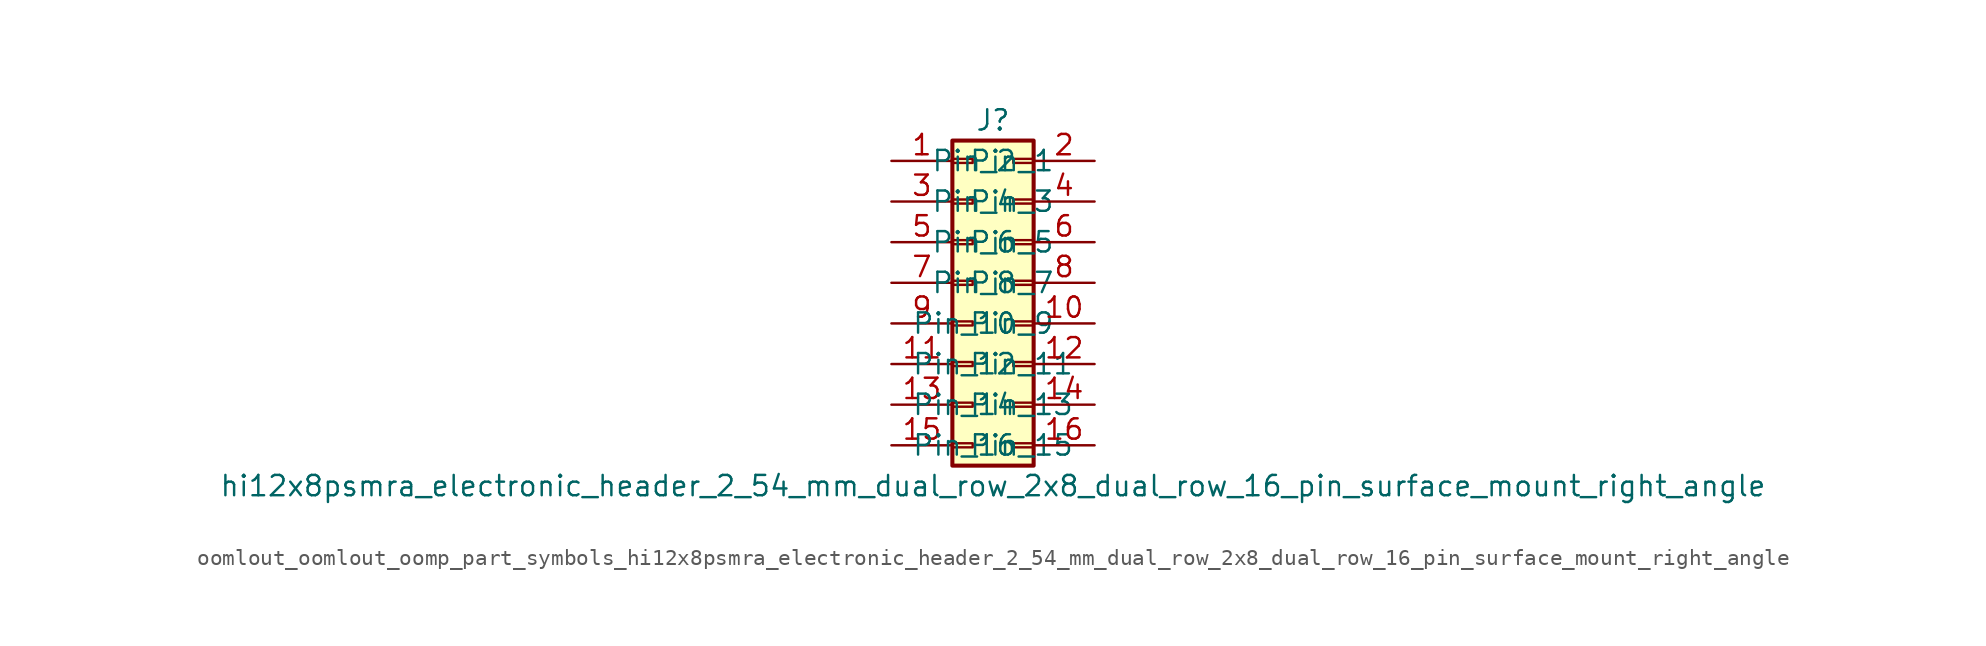
<source format=kicad_sym>
(kicad_symbol_lib
  (version 20220914)
  (generator kicad_symbol_editor)
  (symbol "oomlout_oomlout_oomp_part_symbols_hi12x8psmra_electronic_header_2_54_mm_dual_row_2x8_dual_row_16_pin_surface_mount_right_angle"
    (pin_names
      (offset 1.016))
    (property "Reference" "J"
      (at 1.27 10.16 0)
      (effects (font (size 1.27 1.27))))
    (property "Value" "hi12x8psmra_electronic_header_2_54_mm_dual_row_2x8_dual_row_16_pin_surface_mount_right_angle"
      (at 1.27 -12.7 0)
      (effects (font (size 1.27 1.27))))
    (symbol "oomlout_oomlout_oomp_part_symbols_hi12x8psmra_electronic_header_2_54_mm_dual_row_2x8_dual_row_16_pin_surface_mount_right_angle_1_1"
      (rectangle (start -1.27 -10.033) (end 0 -10.287) (stroke (width 0.152) (type default)) (fill (type none)))
      (rectangle (start -1.27 -7.493) (end 0 -7.747) (stroke (width 0.152) (type default)) (fill (type none)))
      (rectangle (start -1.27 -4.953) (end 0 -5.207) (stroke (width 0.152) (type default)) (fill (type none)))
      (rectangle (start -1.27 -2.413) (end 0 -2.667) (stroke (width 0.152) (type default)) (fill (type none)))
      (rectangle (start -1.27 0.127) (end 0 -0.127) (stroke (width 0.152) (type default)) (fill (type none)))
      (rectangle (start -1.27 2.667) (end 0 2.413) (stroke (width 0.152) (type default)) (fill (type none)))
      (rectangle (start -1.27 5.207) (end 0 4.953) (stroke (width 0.152) (type default)) (fill (type none)))
      (rectangle (start -1.27 7.747) (end 0 7.493) (stroke (width 0.152) (type default)) (fill (type none)))
      (rectangle (start -1.27 8.89) (end 3.81 -11.43) (stroke (width 0.254) (type default)) (fill (type background)))
      (rectangle (start 3.81 -10.033) (end 2.54 -10.287) (stroke (width 0.152) (type default)) (fill (type none)))
      (rectangle (start 3.81 -7.493) (end 2.54 -7.747) (stroke (width 0.152) (type default)) (fill (type none)))
      (rectangle (start 3.81 -4.953) (end 2.54 -5.207) (stroke (width 0.152) (type default)) (fill (type none)))
      (rectangle (start 3.81 -2.413) (end 2.54 -2.667) (stroke (width 0.152) (type default)) (fill (type none)))
      (rectangle (start 3.81 0.127) (end 2.54 -0.127) (stroke (width 0.152) (type default)) (fill (type none)))
      (rectangle (start 3.81 2.667) (end 2.54 2.413) (stroke (width 0.152) (type default)) (fill (type none)))
      (rectangle (start 3.81 5.207) (end 2.54 4.953) (stroke (width 0.152) (type default)) (fill (type none)))
      (rectangle (start 3.81 7.747) (end 2.54 7.493) (stroke (width 0.152) (type default)) (fill (type none)))
      (pin passive line (at -5.08 7.62 0) (length 3.81) (name "Pin_1" (effects (font (size 1.27 1.27)))) (number "1" (effects (font (size 1.27 1.27)))))
      (pin passive line (at 7.62 -2.54 180) (length 3.81) (name "Pin_10" (effects (font (size 1.27 1.27)))) (number "10" (effects (font (size 1.27 1.27)))))
      (pin passive line (at -5.08 -5.08 0) (length 3.81) (name "Pin_11" (effects (font (size 1.27 1.27)))) (number "11" (effects (font (size 1.27 1.27)))))
      (pin passive line (at 7.62 -5.08 180) (length 3.81) (name "Pin_12" (effects (font (size 1.27 1.27)))) (number "12" (effects (font (size 1.27 1.27)))))
      (pin passive line (at -5.08 -7.62 0) (length 3.81) (name "Pin_13" (effects (font (size 1.27 1.27)))) (number "13" (effects (font (size 1.27 1.27)))))
      (pin passive line (at 7.62 -7.62 180) (length 3.81) (name "Pin_14" (effects (font (size 1.27 1.27)))) (number "14" (effects (font (size 1.27 1.27)))))
      (pin passive line (at -5.08 -10.16 0) (length 3.81) (name "Pin_15" (effects (font (size 1.27 1.27)))) (number "15" (effects (font (size 1.27 1.27)))))
      (pin passive line (at 7.62 -10.16 180) (length 3.81) (name "Pin_16" (effects (font (size 1.27 1.27)))) (number "16" (effects (font (size 1.27 1.27)))))
      (pin passive line (at 7.62 7.62 180) (length 3.81) (name "Pin_2" (effects (font (size 1.27 1.27)))) (number "2" (effects (font (size 1.27 1.27)))))
      (pin passive line (at -5.08 5.08 0) (length 3.81) (name "Pin_3" (effects (font (size 1.27 1.27)))) (number "3" (effects (font (size 1.27 1.27)))))
      (pin passive line (at 7.62 5.08 180) (length 3.81) (name "Pin_4" (effects (font (size 1.27 1.27)))) (number "4" (effects (font (size 1.27 1.27)))))
      (pin passive line (at -5.08 2.54 0) (length 3.81) (name "Pin_5" (effects (font (size 1.27 1.27)))) (number "5" (effects (font (size 1.27 1.27)))))
      (pin passive line (at 7.62 2.54 180) (length 3.81) (name "Pin_6" (effects (font (size 1.27 1.27)))) (number "6" (effects (font (size 1.27 1.27)))))
      (pin passive line (at -5.08 0 0) (length 3.81) (name "Pin_7" (effects (font (size 1.27 1.27)))) (number "7" (effects (font (size 1.27 1.27)))))
      (pin passive line (at 7.62 0 180) (length 3.81) (name "Pin_8" (effects (font (size 1.27 1.27)))) (number "8" (effects (font (size 1.27 1.27)))))
      (pin passive line (at -5.08 -2.54 0) (length 3.81) (name "Pin_9" (effects (font (size 1.27 1.27)))) (number "9" (effects (font (size 1.27 1.27))))))))
</source>
